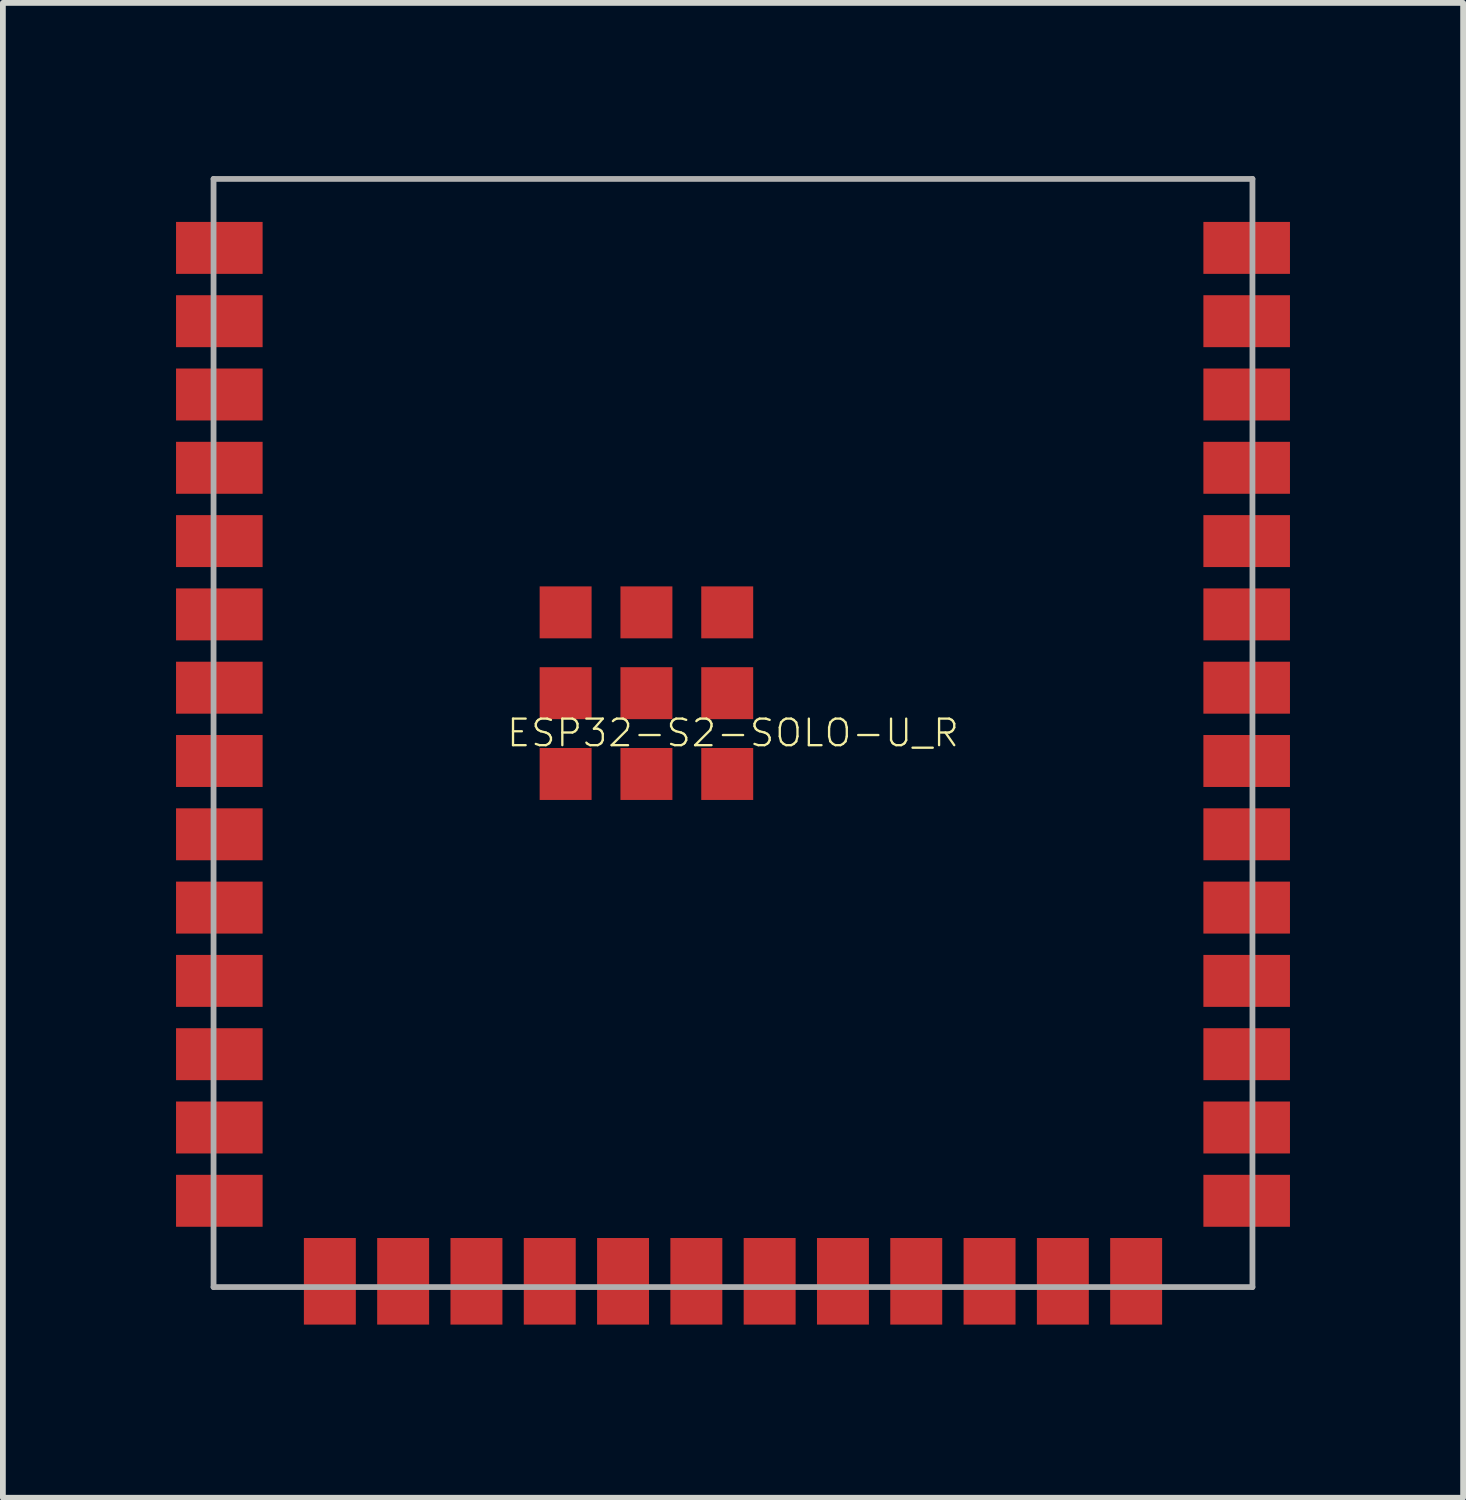
<source format=kicad_pcb>
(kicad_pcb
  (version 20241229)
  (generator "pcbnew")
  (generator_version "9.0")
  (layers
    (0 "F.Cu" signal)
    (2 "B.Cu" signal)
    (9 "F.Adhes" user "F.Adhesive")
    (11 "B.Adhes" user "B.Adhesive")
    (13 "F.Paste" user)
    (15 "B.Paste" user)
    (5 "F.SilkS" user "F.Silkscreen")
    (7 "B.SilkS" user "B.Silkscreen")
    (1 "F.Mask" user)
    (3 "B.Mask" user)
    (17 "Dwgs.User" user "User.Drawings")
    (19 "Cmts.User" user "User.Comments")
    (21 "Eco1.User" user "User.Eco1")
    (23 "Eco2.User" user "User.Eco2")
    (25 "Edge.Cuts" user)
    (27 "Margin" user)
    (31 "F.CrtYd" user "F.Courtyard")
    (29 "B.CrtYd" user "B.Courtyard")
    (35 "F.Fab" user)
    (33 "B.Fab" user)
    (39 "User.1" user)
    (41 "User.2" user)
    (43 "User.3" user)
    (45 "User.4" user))
  (footprint "ESP32-S2-SOLO-U_R"
    (layer "F.Cu")
    (at 9.65 9.65)
    (property "Reference" "ESP32-S2-SOLO-U_R" (at 0 0 0) (unlocked yes) (layer "F.SilkS") (effects (font (size 0.46 0.46) (thickness 0.04))))
    (fp_poly (pts (xy -8.15 -7.955) (xy -9.65 -7.955) (xy -9.65 -8.855) (xy -8.15 -8.855)) (stroke (width 0) (type default)) (fill yes) (layer "F.Paste"))
    (fp_poly (pts (xy -8.15 -6.685) (xy -9.65 -6.685) (xy -9.65 -7.585) (xy -8.15 -7.585)) (stroke (width 0) (type default)) (fill yes) (layer "F.Paste"))
    (fp_poly (pts (xy -8.15 -5.415) (xy -9.65 -5.415) (xy -9.65 -6.315) (xy -8.15 -6.315)) (stroke (width 0) (type default)) (fill yes) (layer "F.Paste"))
    (fp_poly (pts (xy -8.15 -4.145) (xy -9.65 -4.145) (xy -9.65 -5.045) (xy -8.15 -5.045)) (stroke (width 0) (type default)) (fill yes) (layer "F.Paste"))
    (fp_poly (pts (xy -8.15 -2.875) (xy -9.65 -2.875) (xy -9.65 -3.775) (xy -8.15 -3.775)) (stroke (width 0) (type default)) (fill yes) (layer "F.Paste"))
    (fp_poly (pts (xy -8.15 -1.605) (xy -9.65 -1.605) (xy -9.65 -2.505) (xy -8.15 -2.505)) (stroke (width 0) (type default)) (fill yes) (layer "F.Paste"))
    (fp_poly (pts (xy -8.15 -0.335) (xy -9.65 -0.335) (xy -9.65 -1.235) (xy -8.15 -1.235)) (stroke (width 0) (type default)) (fill yes) (layer "F.Paste"))
    (fp_poly (pts (xy -8.15 0.935) (xy -9.65 0.935) (xy -9.65 0.035) (xy -8.15 0.035)) (stroke (width 0) (type default)) (fill yes) (layer "F.Paste"))
    (fp_poly (pts (xy -8.15 2.205) (xy -9.65 2.205) (xy -9.65 1.305) (xy -8.15 1.305)) (stroke (width 0) (type default)) (fill yes) (layer "F.Paste"))
    (fp_poly (pts (xy -8.15 3.475) (xy -9.65 3.475) (xy -9.65 2.575) (xy -8.15 2.575)) (stroke (width 0) (type default)) (fill yes) (layer "F.Paste"))
    (fp_poly (pts (xy -8.15 4.745) (xy -9.65 4.745) (xy -9.65 3.845) (xy -8.15 3.845)) (stroke (width 0) (type default)) (fill yes) (layer "F.Paste"))
    (fp_poly (pts (xy -8.15 6.015) (xy -9.65 6.015) (xy -9.65 5.115) (xy -8.15 5.115)) (stroke (width 0) (type default)) (fill yes) (layer "F.Paste"))
    (fp_poly (pts (xy -8.15 7.285) (xy -9.65 7.285) (xy -9.65 6.385) (xy -8.15 6.385)) (stroke (width 0) (type default)) (fill yes) (layer "F.Paste"))
    (fp_poly (pts (xy -8.15 8.555) (xy -9.65 8.555) (xy -9.65 7.655) (xy -8.15 7.655)) (stroke (width 0) (type default)) (fill yes) (layer "F.Paste"))
    (fp_poly (pts (xy -6.535 10.25) (xy -7.435 10.25) (xy -7.435 8.75) (xy -6.535 8.75)) (stroke (width 0) (type default)) (fill yes) (layer "F.Paste"))
    (fp_poly (pts (xy -5.265 10.25) (xy -6.165 10.25) (xy -6.165 8.75) (xy -5.265 8.75)) (stroke (width 0) (type default)) (fill yes) (layer "F.Paste"))
    (fp_poly (pts (xy -3.995 10.25) (xy -4.895 10.25) (xy -4.895 8.75) (xy -3.995 8.75)) (stroke (width 0) (type default)) (fill yes) (layer "F.Paste"))
    (fp_poly (pts (xy -2.725 10.25) (xy -3.625 10.25) (xy -3.625 8.75) (xy -2.725 8.75)) (stroke (width 0) (type default)) (fill yes) (layer "F.Paste"))
    (fp_poly (pts (xy -2.45 -1.64) (xy -3.35 -1.64) (xy -3.35 -2.54) (xy -2.45 -2.54)) (stroke (width 0) (type default)) (fill yes) (layer "F.Paste"))
    (fp_poly (pts (xy -2.45 -0.24) (xy -3.35 -0.24) (xy -3.35 -1.14) (xy -2.45 -1.14)) (stroke (width 0) (type default)) (fill yes) (layer "F.Paste"))
    (fp_poly (pts (xy -2.45 1.16) (xy -3.35 1.16) (xy -3.35 0.26) (xy -2.45 0.26)) (stroke (width 0) (type default)) (fill yes) (layer "F.Paste"))
    (fp_poly (pts (xy -1.455 10.25) (xy -2.355 10.25) (xy -2.355 8.75) (xy -1.455 8.75)) (stroke (width 0) (type default)) (fill yes) (layer "F.Paste"))
    (fp_poly (pts (xy -1.05 -1.64) (xy -1.95 -1.64) (xy -1.95 -2.54) (xy -1.05 -2.54)) (stroke (width 0) (type default)) (fill yes) (layer "F.Paste"))
    (fp_poly (pts (xy -1.05 -0.24) (xy -1.95 -0.24) (xy -1.95 -1.14) (xy -1.05 -1.14)) (stroke (width 0) (type default)) (fill yes) (layer "F.Paste"))
    (fp_poly (pts (xy -1.05 1.16) (xy -1.95 1.16) (xy -1.95 0.26) (xy -1.05 0.26)) (stroke (width 0) (type default)) (fill yes) (layer "F.Paste"))
    (fp_poly (pts (xy -0.185 10.25) (xy -1.085 10.25) (xy -1.085 8.75) (xy -0.185 8.75)) (stroke (width 0) (type default)) (fill yes) (layer "F.Paste"))
    (fp_poly (pts (xy 0.35 -1.64) (xy -0.55 -1.64) (xy -0.55 -2.54) (xy 0.35 -2.54)) (stroke (width 0) (type default)) (fill yes) (layer "F.Paste"))
    (fp_poly (pts (xy 0.35 -0.24) (xy -0.55 -0.24) (xy -0.55 -1.14) (xy 0.35 -1.14)) (stroke (width 0) (type default)) (fill yes) (layer "F.Paste"))
    (fp_poly (pts (xy 0.35 1.16) (xy -0.55 1.16) (xy -0.55 0.26) (xy 0.35 0.26)) (stroke (width 0) (type default)) (fill yes) (layer "F.Paste"))
    (fp_poly (pts (xy 1.085 10.25) (xy 0.185 10.25) (xy 0.185 8.75) (xy 1.085 8.75)) (stroke (width 0) (type default)) (fill yes) (layer "F.Paste"))
    (fp_poly (pts (xy 2.355 10.25) (xy 1.455 10.25) (xy 1.455 8.75) (xy 2.355 8.75)) (stroke (width 0) (type default)) (fill yes) (layer "F.Paste"))
    (fp_poly (pts (xy 3.625 10.25) (xy 2.725 10.25) (xy 2.725 8.75) (xy 3.625 8.75)) (stroke (width 0) (type default)) (fill yes) (layer "F.Paste"))
    (fp_poly (pts (xy 4.895 10.25) (xy 3.995 10.25) (xy 3.995 8.75) (xy 4.895 8.75)) (stroke (width 0) (type default)) (fill yes) (layer "F.Paste"))
    (fp_poly (pts (xy 6.165 10.25) (xy 5.265 10.25) (xy 5.265 8.75) (xy 6.165 8.75)) (stroke (width 0) (type default)) (fill yes) (layer "F.Paste"))
    (fp_poly (pts (xy 7.435 10.25) (xy 6.535 10.25) (xy 6.535 8.75) (xy 7.435 8.75)) (stroke (width 0) (type default)) (fill yes) (layer "F.Paste"))
    (fp_poly (pts (xy 9.65 -7.955) (xy 8.15 -7.955) (xy 8.15 -8.855) (xy 9.65 -8.855)) (stroke (width 0) (type default)) (fill yes) (layer "F.Paste"))
    (fp_poly (pts (xy 9.65 -6.685) (xy 8.15 -6.685) (xy 8.15 -7.585) (xy 9.65 -7.585)) (stroke (width 0) (type default)) (fill yes) (layer "F.Paste"))
    (fp_poly (pts (xy 9.65 -5.415) (xy 8.15 -5.415) (xy 8.15 -6.315) (xy 9.65 -6.315)) (stroke (width 0) (type default)) (fill yes) (layer "F.Paste"))
    (fp_poly (pts (xy 9.65 -4.145) (xy 8.15 -4.145) (xy 8.15 -5.045) (xy 9.65 -5.045)) (stroke (width 0) (type default)) (fill yes) (layer "F.Paste"))
    (fp_poly (pts (xy 9.65 -2.875) (xy 8.15 -2.875) (xy 8.15 -3.775) (xy 9.65 -3.775)) (stroke (width 0) (type default)) (fill yes) (layer "F.Paste"))
    (fp_poly (pts (xy 9.65 -1.605) (xy 8.15 -1.605) (xy 8.15 -2.505) (xy 9.65 -2.505)) (stroke (width 0) (type default)) (fill yes) (layer "F.Paste"))
    (fp_poly (pts (xy 9.65 -0.335) (xy 8.15 -0.335) (xy 8.15 -1.235) (xy 9.65 -1.235)) (stroke (width 0) (type default)) (fill yes) (layer "F.Paste"))
    (fp_poly (pts (xy 9.65 0.935) (xy 8.15 0.935) (xy 8.15 0.035) (xy 9.65 0.035)) (stroke (width 0) (type default)) (fill yes) (layer "F.Paste"))
    (fp_poly (pts (xy 9.65 2.205) (xy 8.15 2.205) (xy 8.15 1.305) (xy 9.65 1.305)) (stroke (width 0) (type default)) (fill yes) (layer "F.Paste"))
    (fp_poly (pts (xy 9.65 3.475) (xy 8.15 3.475) (xy 8.15 2.575) (xy 9.65 2.575)) (stroke (width 0) (type default)) (fill yes) (layer "F.Paste"))
    (fp_poly (pts (xy 9.65 4.745) (xy 8.15 4.745) (xy 8.15 3.845) (xy 9.65 3.845)) (stroke (width 0) (type default)) (fill yes) (layer "F.Paste"))
    (fp_poly (pts (xy 9.65 6.015) (xy 8.15 6.015) (xy 8.15 5.115) (xy 9.65 5.115)) (stroke (width 0) (type default)) (fill yes) (layer "F.Paste"))
    (fp_poly (pts (xy 9.65 7.285) (xy 8.15 7.285) (xy 8.15 6.385) (xy 9.65 6.385)) (stroke (width 0) (type default)) (fill yes) (layer "F.Paste"))
    (fp_poly (pts (xy 9.65 8.555) (xy 8.15 8.555) (xy 8.15 7.655) (xy 9.65 7.655)) (stroke (width 0) (type default)) (fill yes) (layer "F.Paste"))
    (fp_line (start -9 -9.6) (end 9 -9.6) (stroke (width 0.1) (type solid)) (layer "F.Fab"))
    (fp_line (start -9 9.6) (end -9 -9.6) (stroke (width 0.1) (type solid)) (layer "F.Fab"))
    (fp_line (start 9 -9.6) (end 9 9.6) (stroke (width 0.1) (type solid)) (layer "F.Fab"))
    (fp_line (start 9 9.6) (end -9 9.6) (stroke (width 0.1) (type solid)) (layer "F.Fab"))
    (pad "1" smd rect (at -8.9 -8.405) (size 1.5 0.9) (layers "F.Cu" "F.Mask"))
    (pad "2" smd rect (at -8.9 -7.135) (size 1.5 0.9) (layers "F.Cu" "F.Mask"))
    (pad "3" smd rect (at -8.9 -5.865) (size 1.5 0.9) (layers "F.Cu" "F.Mask"))
    (pad "4" smd rect (at -8.9 -4.595) (size 1.5 0.9) (layers "F.Cu" "F.Mask"))
    (pad "5" smd rect (at -8.9 -3.325) (size 1.5 0.9) (layers "F.Cu" "F.Mask"))
    (pad "6" smd rect (at -8.9 -2.055) (size 1.5 0.9) (layers "F.Cu" "F.Mask"))
    (pad "7" smd rect (at -8.9 -0.785) (size 1.5 0.9) (layers "F.Cu" "F.Mask"))
    (pad "8" smd rect (at -8.9 0.485) (size 1.5 0.9) (layers "F.Cu" "F.Mask"))
    (pad "9" smd rect (at -8.9 1.755) (size 1.5 0.9) (layers "F.Cu" "F.Mask"))
    (pad "10" smd rect (at -8.9 3.025) (size 1.5 0.9) (layers "F.Cu" "F.Mask"))
    (pad "11" smd rect (at -8.9 4.295) (size 1.5 0.9) (layers "F.Cu" "F.Mask"))
    (pad "12" smd rect (at -8.9 5.565) (size 1.5 0.9) (layers "F.Cu" "F.Mask"))
    (pad "13" smd rect (at -8.9 6.835 180) (size 1.5 0.9) (layers "F.Cu" "F.Mask"))
    (pad "14" smd rect (at -8.9 8.105 180) (size 1.5 0.9) (layers "F.Cu" "F.Mask"))
    (pad "15" smd rect (at -6.985 9.5 90) (size 1.5 0.9) (layers "F.Cu" "F.Mask"))
    (pad "16" smd rect (at -5.715 9.5 90) (size 1.5 0.9) (layers "F.Cu" "F.Mask"))
    (pad "17" smd rect (at -4.445 9.5 90) (size 1.5 0.9) (layers "F.Cu" "F.Mask"))
    (pad "18" smd rect (at -3.175 9.5 90) (size 1.5 0.9) (layers "F.Cu" "F.Mask"))
    (pad "19" smd rect (at -1.905 9.5 90) (size 1.5 0.9) (layers "F.Cu" "F.Mask"))
    (pad "20" smd rect (at -0.635 9.5 90) (size 1.5 0.9) (layers "F.Cu" "F.Mask"))
    (pad "21" smd rect (at 0.635 9.5 90) (size 1.5 0.9) (layers "F.Cu" "F.Mask"))
    (pad "22" smd rect (at 1.905 9.5 90) (size 1.5 0.9) (layers "F.Cu" "F.Mask"))
    (pad "23" smd rect (at 3.175 9.5 90) (size 1.5 0.9) (layers "F.Cu" "F.Mask"))
    (pad "24" smd rect (at 4.445 9.5 90) (size 1.5 0.9) (layers "F.Cu" "F.Mask"))
    (pad "25" smd rect (at 5.715 9.5 270) (size 1.5 0.9) (layers "F.Cu" "F.Mask"))
    (pad "26" smd rect (at 6.985 9.5 270) (size 1.5 0.9) (layers "F.Cu" "F.Mask"))
    (pad "27" smd rect (at 8.9 8.105 180) (size 1.5 0.9) (layers "F.Cu" "F.Mask"))
    (pad "28" smd rect (at 8.9 6.835 180) (size 1.5 0.9) (layers "F.Cu" "F.Mask"))
    (pad "29" smd rect (at 8.9 5.565 180) (size 1.5 0.9) (layers "F.Cu" "F.Mask"))
    (pad "30" smd rect (at 8.9 4.295 180) (size 1.5 0.9) (layers "F.Cu" "F.Mask"))
    (pad "31" smd rect (at 8.9 3.025 180) (size 1.5 0.9) (layers "F.Cu" "F.Mask"))
    (pad "32" smd rect (at 8.9 1.755 180) (size 1.5 0.9) (layers "F.Cu" "F.Mask"))
    (pad "33" smd rect (at 8.9 0.485 180) (size 1.5 0.9) (layers "F.Cu" "F.Mask"))
    (pad "34" smd rect (at 8.9 -0.785 180) (size 1.5 0.9) (layers "F.Cu" "F.Mask"))
    (pad "35" smd rect (at 8.9 -2.055 180) (size 1.5 0.9) (layers "F.Cu" "F.Mask"))
    (pad "36" smd rect (at 8.9 -3.325 180) (size 1.5 0.9) (layers "F.Cu" "F.Mask"))
    (pad "37" smd rect (at 8.9 -4.595) (size 1.5 0.9) (layers "F.Cu" "F.Mask"))
    (pad "38" smd rect (at 8.9 -5.865) (size 1.5 0.9) (layers "F.Cu" "F.Mask"))
    (pad "39" smd rect (at 8.9 -7.135) (size 1.5 0.9) (layers "F.Cu" "F.Mask"))
    (pad "40" smd rect (at 8.9 -8.405) (size 1.5 0.9) (layers "F.Cu" "F.Mask"))
    (pad "41" smd rect (at -2.9 0.71) (size 0.9 0.9) (layers "F.Cu" "F.Mask"))
    (pad "42" smd rect (at -1.5 0.71) (size 0.9 0.9) (layers "F.Cu" "F.Mask"))
    (pad "43" smd rect (at -0.1 0.71) (size 0.9 0.9) (layers "F.Cu" "F.Mask"))
    (pad "44" smd rect (at -2.9 -0.69) (size 0.9 0.9) (layers "F.Cu" "F.Mask"))
    (pad "45" smd rect (at -1.5 -0.69) (size 0.9 0.9) (layers "F.Cu" "F.Mask"))
    (pad "46" smd rect (at -0.1 -0.69) (size 0.9 0.9) (layers "F.Cu" "F.Mask"))
    (pad "47" smd rect (at -2.9 -2.09) (size 0.9 0.9) (layers "F.Cu" "F.Mask"))
    (pad "48" smd rect (at -1.5 -2.09) (size 0.9 0.9) (layers "F.Cu" "F.Mask"))
    (pad "49" smd rect (at -0.1 -2.09) (size 0.9 0.9) (layers "F.Cu" "F.Mask")))
  (gr_rect
    (start -3 -3)
    (end 22.3 22.9)
    (stroke (width 0.1) (type default))
    (fill no)
    (layer "Edge.Cuts")))
</source>
